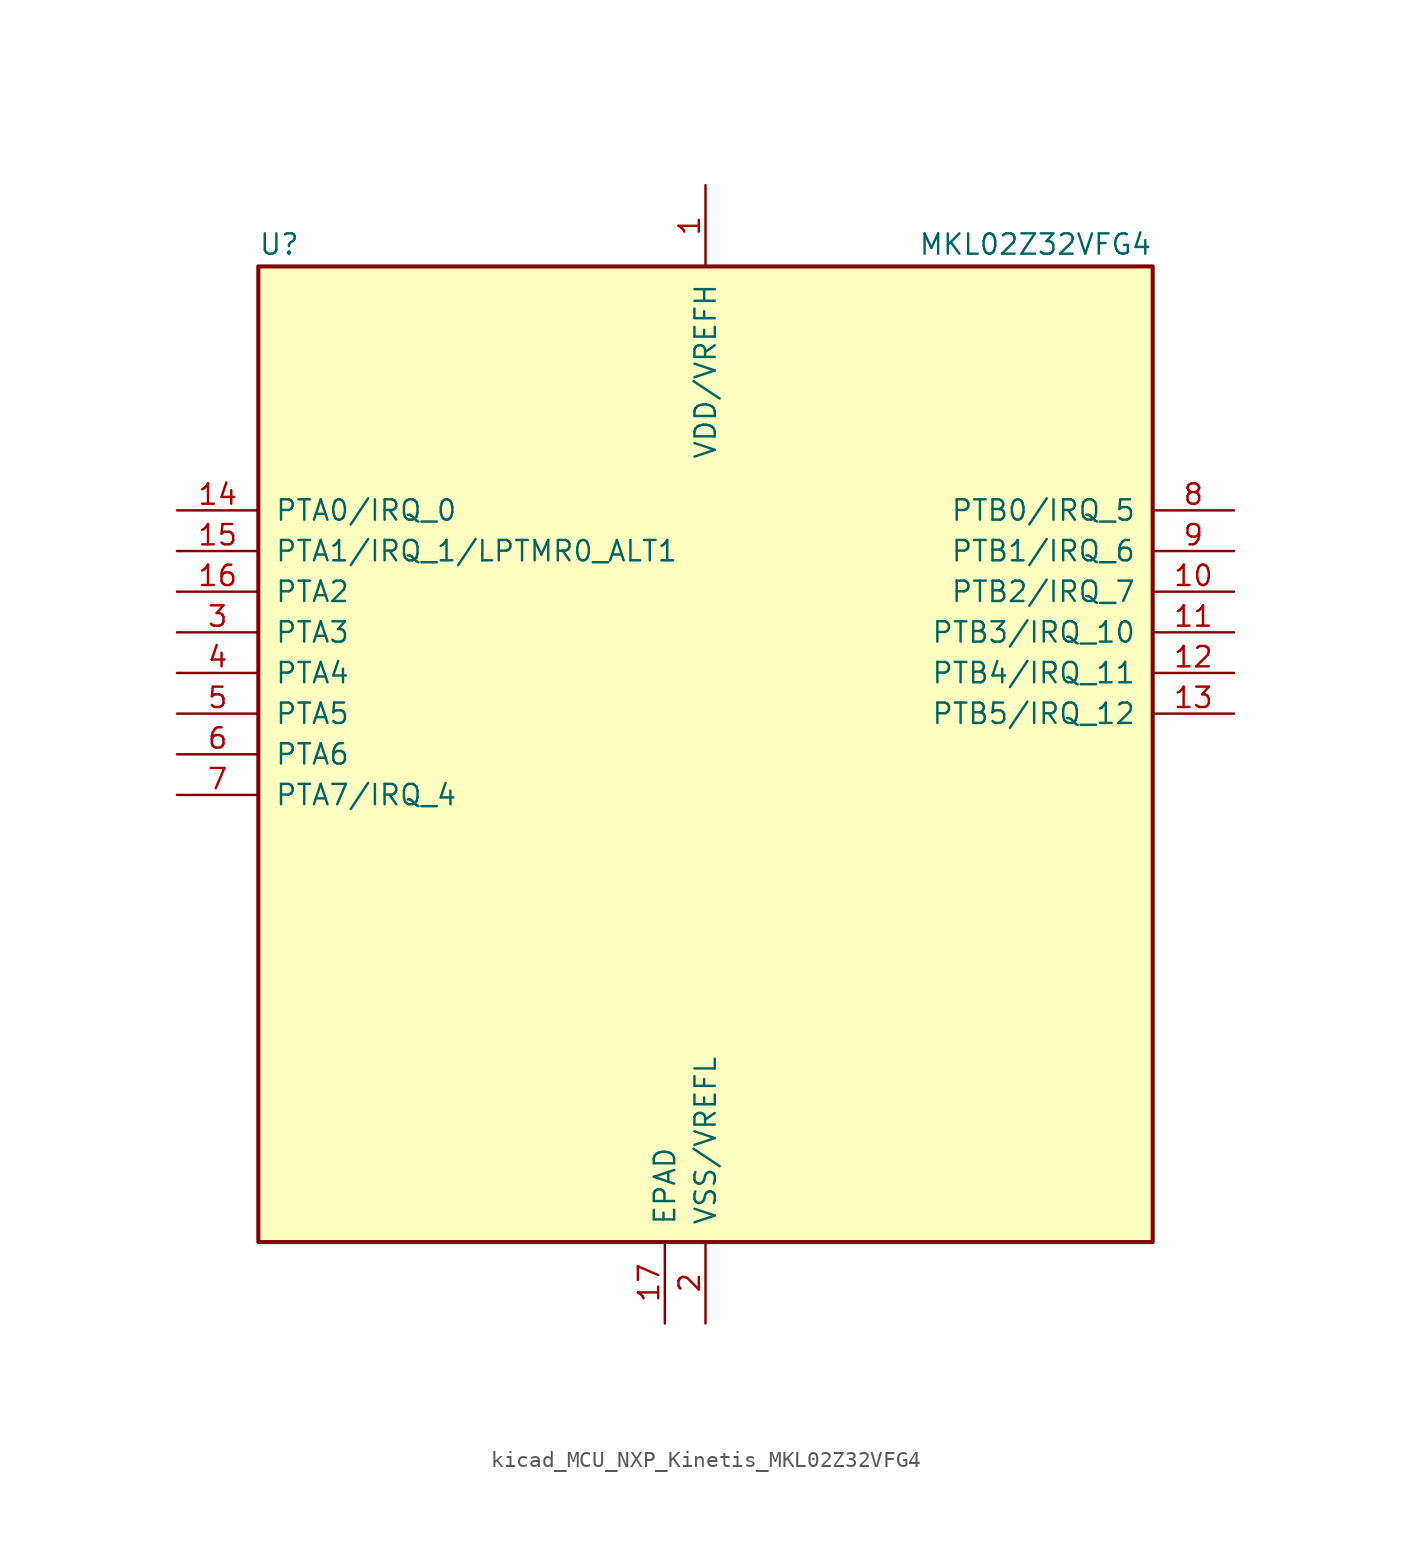
<source format=kicad_sym>
(kicad_symbol_lib
  (version 20220914)
  (generator kicad_symbol_editor)
  (symbol "kicad_MCU_NXP_Kinetis_MKL02Z32VFG4"
    (pin_names
      (offset 1.016))
    (property "Reference" "U"
      (at -27.94 31.115 0)
      (effects (font (size 1.27 1.27)) (justify left bottom)))
    (property "Value" "MKL02Z32VFG4"
      (at 27.94 31.115 0)
      (effects (font (size 1.27 1.27)) (justify right bottom)))
    (symbol "kicad_MCU_NXP_Kinetis_MKL02Z32VFG4_0_1"
      (rectangle (start -27.94 30.48) (end 27.94 -30.48) (stroke (width 0.254) (type default)) (fill (type background))))
    (symbol "kicad_MCU_NXP_Kinetis_MKL02Z32VFG4_1_1"
      (pin power_in line (at 0 35.56 270) (length 5.08) (name "VDD/VREFH" (effects (font (size 1.27 1.27)))) (number "1" (effects (font (size 1.27 1.27)))))
      (pin bidirectional line (at 33.02 10.16 180) (length 5.08) (name "PTB2/IRQ_7" (effects (font (size 1.27 1.27)))) (number "10" (effects (font (size 1.27 1.27)))))
      (pin bidirectional line (at 33.02 7.62 180) (length 5.08) (name "PTB3/IRQ_10" (effects (font (size 1.27 1.27)))) (number "11" (effects (font (size 1.27 1.27)))))
      (pin bidirectional line (at 33.02 5.08 180) (length 5.08) (name "PTB4/IRQ_11" (effects (font (size 1.27 1.27)))) (number "12" (effects (font (size 1.27 1.27)))))
      (pin bidirectional line (at 33.02 2.54 180) (length 5.08) (name "PTB5/IRQ_12" (effects (font (size 1.27 1.27)))) (number "13" (effects (font (size 1.27 1.27)))))
      (pin bidirectional line (at -33.02 15.24 0) (length 5.08) (name "PTA0/IRQ_0" (effects (font (size 1.27 1.27)))) (number "14" (effects (font (size 1.27 1.27)))))
      (pin bidirectional line (at -33.02 12.7 0) (length 5.08) (name "PTA1/IRQ_1/LPTMR0_ALT1" (effects (font (size 1.27 1.27)))) (number "15" (effects (font (size 1.27 1.27)))))
      (pin bidirectional line (at -33.02 10.16 0) (length 5.08) (name "PTA2" (effects (font (size 1.27 1.27)))) (number "16" (effects (font (size 1.27 1.27)))))
      (pin power_in line (at -2.54 -35.56 90) (length 5.08) (name "EPAD" (effects (font (size 1.27 1.27)))) (number "17" (effects (font (size 1.27 1.27)))))
      (pin power_in line (at 0 -35.56 90) (length 5.08) (name "VSS/VREFL" (effects (font (size 1.27 1.27)))) (number "2" (effects (font (size 1.27 1.27)))))
      (pin bidirectional line (at -33.02 7.62 0) (length 5.08) (name "PTA3" (effects (font (size 1.27 1.27)))) (number "3" (effects (font (size 1.27 1.27)))))
      (pin bidirectional line (at -33.02 5.08 0) (length 5.08) (name "PTA4" (effects (font (size 1.27 1.27)))) (number "4" (effects (font (size 1.27 1.27)))))
      (pin bidirectional line (at -33.02 2.54 0) (length 5.08) (name "PTA5" (effects (font (size 1.27 1.27)))) (number "5" (effects (font (size 1.27 1.27)))))
      (pin bidirectional line (at -33.02 0 0) (length 5.08) (name "PTA6" (effects (font (size 1.27 1.27)))) (number "6" (effects (font (size 1.27 1.27)))))
      (pin bidirectional line (at -33.02 -2.54 0) (length 5.08) (name "PTA7/IRQ_4" (effects (font (size 1.27 1.27)))) (number "7" (effects (font (size 1.27 1.27)))))
      (pin bidirectional line (at 33.02 15.24 180) (length 5.08) (name "PTB0/IRQ_5" (effects (font (size 1.27 1.27)))) (number "8" (effects (font (size 1.27 1.27)))))
      (pin bidirectional line (at 33.02 12.7 180) (length 5.08) (name "PTB1/IRQ_6" (effects (font (size 1.27 1.27)))) (number "9" (effects (font (size 1.27 1.27))))))))
</source>
